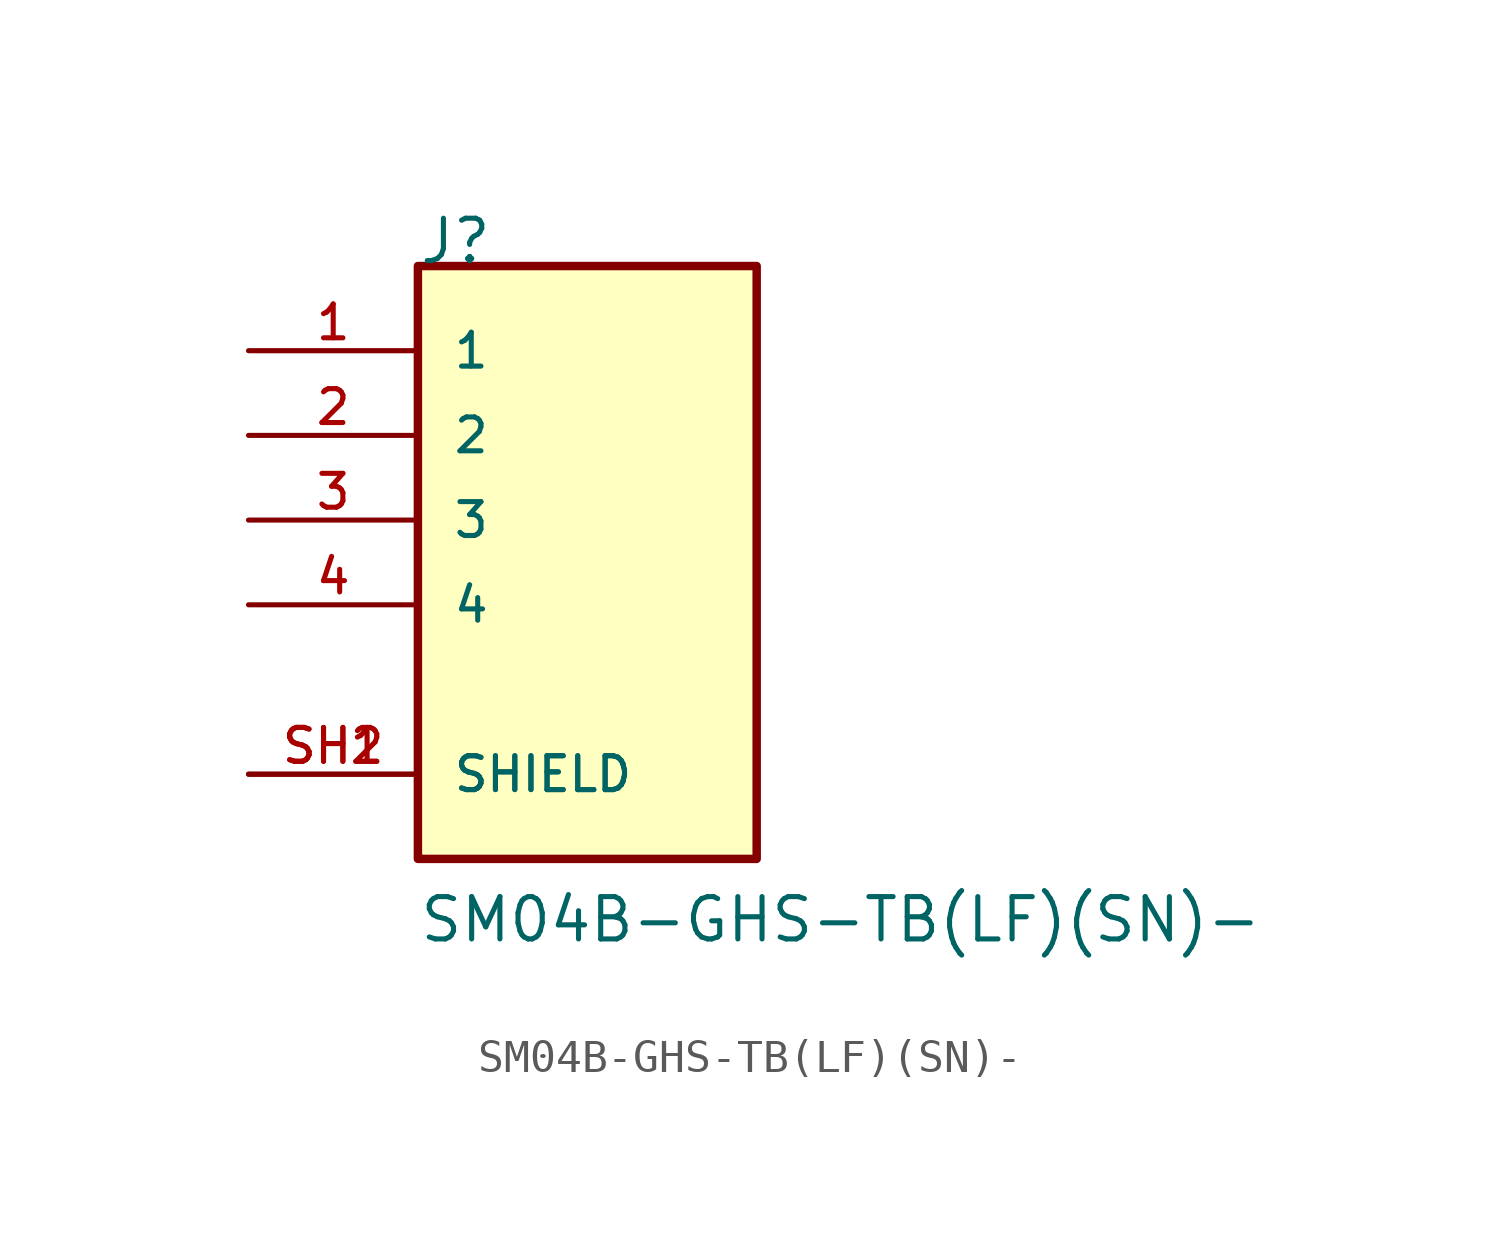
<source format=kicad_sym>
(kicad_symbol_lib
  (version 20211014)
  (generator kicad_symbol_editor)
  (symbol "SM04B-GHS-TB(LF)(SN)-"
    (pin_names
      (offset 1.016))
    (property "Reference" "J"
      (at -5.08 7.62 0)
      (effects (font (size 1.27 1.27)) (justify left bottom)))
    (property "Value" "SM04B-GHS-TB(LF)(SN)-"
      (at -5.08 -12.725 0)
      (effects (font (size 1.27 1.27)) (justify left bottom)))
    (property "ki_locked" ""
      (at 0 0 0)
      (effects (font (size 1.27 1.27))))
    (symbol "SM04B-GHS-TB(LF)(SN)-_0_0"
      (rectangle (start -5.08 -10.16) (end 5.08 7.62) (stroke (width 0.254) (type default) (color 0 0 0 0)) (fill (type background)))
      (pin passive line (at -10.16 5.08 0) (length 5.08) (name "1" (effects (font (size 1.016 1.016)))) (number "1" (effects (font (size 1.016 1.016)))))
      (pin passive line (at -10.16 2.54 0) (length 5.08) (name "2" (effects (font (size 1.016 1.016)))) (number "2" (effects (font (size 1.016 1.016)))))
      (pin passive line (at -10.16 0 0) (length 5.08) (name "3" (effects (font (size 1.016 1.016)))) (number "3" (effects (font (size 1.016 1.016)))))
      (pin passive line (at -10.16 -2.54 0) (length 5.08) (name "4" (effects (font (size 1.016 1.016)))) (number "4" (effects (font (size 1.016 1.016)))))
      (pin power_in line (at -10.16 -7.62 0) (length 5.08) (name "SHIELD" (effects (font (size 1.016 1.016)))) (number "SH1" (effects (font (size 1.016 1.016)))))
      (pin power_in line (at -10.16 -7.62 0) (length 5.08) (name "SHIELD" (effects (font (size 1.016 1.016)))) (number "SH2" (effects (font (size 1.016 1.016))))))))
</source>
